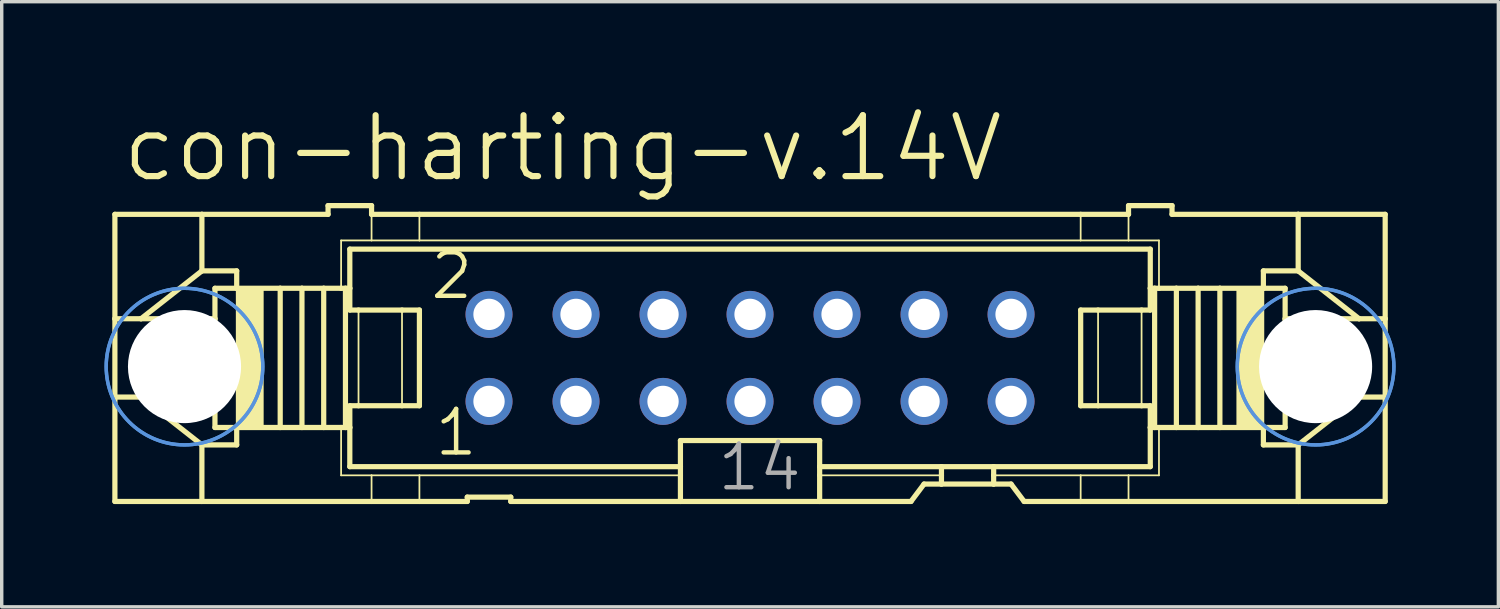
<source format=kicad_pcb>
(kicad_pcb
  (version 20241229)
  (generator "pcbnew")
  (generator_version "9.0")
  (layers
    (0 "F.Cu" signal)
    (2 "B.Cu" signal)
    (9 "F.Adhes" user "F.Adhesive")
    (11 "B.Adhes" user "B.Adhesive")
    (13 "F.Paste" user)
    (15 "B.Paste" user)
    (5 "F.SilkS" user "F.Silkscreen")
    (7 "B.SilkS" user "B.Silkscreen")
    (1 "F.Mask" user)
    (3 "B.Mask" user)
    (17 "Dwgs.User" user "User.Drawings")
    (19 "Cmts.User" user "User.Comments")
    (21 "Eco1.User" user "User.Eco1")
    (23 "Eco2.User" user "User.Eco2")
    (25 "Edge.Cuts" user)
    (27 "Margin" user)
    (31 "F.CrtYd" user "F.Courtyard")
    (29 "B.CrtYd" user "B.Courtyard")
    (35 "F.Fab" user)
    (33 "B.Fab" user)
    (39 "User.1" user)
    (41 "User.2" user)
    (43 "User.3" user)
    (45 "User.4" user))
  (footprint "con-harting-v.14V"
    (layer "F.Cu")
    (at 18.846 7.398)
    (property "Reference" "con-harting-v.14V" (at -18.415 -5.08 0) (layer "F.SilkS") (effects (font (size 1.778 1.778) (thickness 0.18)) (justify left bottom)))
    (attr through_hole)
    (fp_line (start -18.542 -4.191) (end -18.542 -1.143) (stroke (width 0.152) (type default)) (layer "F.SilkS"))
    (fp_line (start -18.542 -4.191) (end -16.002 -4.191) (stroke (width 0.152) (type default)) (layer "F.SilkS"))
    (fp_line (start -18.542 -1.143) (end -18.542 1.143) (stroke (width 0.152) (type default)) (layer "F.SilkS"))
    (fp_line (start -18.542 -1.143) (end -17.78 -1.143) (stroke (width 0.152) (type default)) (layer "F.SilkS"))
    (fp_line (start -18.542 1.143) (end -18.542 4.191) (stroke (width 0.152) (type default)) (layer "F.SilkS"))
    (fp_line (start -18.542 1.143) (end -17.78 1.143) (stroke (width 0.152) (type default)) (layer "F.SilkS"))
    (fp_line (start -17.78 -1.143) (end -15.621 -1.143) (stroke (width 0.152) (type default)) (layer "F.SilkS"))
    (fp_line (start -17.78 1.143) (end -15.621 1.143) (stroke (width 0.152) (type default)) (layer "F.SilkS"))
    (fp_line (start -16.002 -4.191) (end -16.002 -2.54) (stroke (width 0.152) (type default)) (layer "F.SilkS"))
    (fp_line (start -16.002 -2.54) (end -17.78 -1.143) (stroke (width 0.152) (type default)) (layer "F.SilkS"))
    (fp_line (start -16.002 2.54) (end -17.78 1.143) (stroke (width 0.152) (type default)) (layer "F.SilkS"))
    (fp_line (start -16.002 2.54) (end -16.002 4.191) (stroke (width 0.152) (type default)) (layer "F.SilkS"))
    (fp_line (start -16.002 4.191) (end -18.542 4.191) (stroke (width 0.152) (type default)) (layer "F.SilkS"))
    (fp_line (start -15.621 -1.143) (end -15.621 -2.032) (stroke (width 0.152) (type default)) (layer "F.SilkS"))
    (fp_line (start -15.621 1.143) (end -15.621 -1.143) (stroke (width 0.152) (type default)) (layer "F.SilkS"))
    (fp_line (start -15.621 2.032) (end -15.621 1.143) (stroke (width 0.152) (type default)) (layer "F.SilkS"))
    (fp_line (start -14.986 -2.54) (end -16.002 -2.54) (stroke (width 0.152) (type default)) (layer "F.SilkS"))
    (fp_line (start -14.986 -2.54) (end -14.986 -2.032) (stroke (width 0.152) (type default)) (layer "F.SilkS"))
    (fp_line (start -14.986 -2.032) (end -15.621 -2.032) (stroke (width 0.152) (type default)) (layer "F.SilkS"))
    (fp_line (start -14.986 2.032) (end -15.621 2.032) (stroke (width 0.152) (type default)) (layer "F.SilkS"))
    (fp_line (start -14.986 2.032) (end -14.986 2.54) (stroke (width 0.152) (type default)) (layer "F.SilkS"))
    (fp_line (start -14.986 2.54) (end -16.002 2.54) (stroke (width 0.152) (type default)) (layer "F.SilkS"))
    (fp_line (start -13.716 -2.032) (end -14.986 -2.032) (stroke (width 0.152) (type default)) (layer "F.SilkS"))
    (fp_line (start -13.716 2.032) (end -14.986 2.032) (stroke (width 0.152) (type default)) (layer "F.SilkS"))
    (fp_line (start -13.716 2.032) (end -13.716 -2.032) (stroke (width 0.152) (type default)) (layer "F.SilkS"))
    (fp_line (start -13.081 -2.032) (end -13.716 -2.032) (stroke (width 0.152) (type default)) (layer "F.SilkS"))
    (fp_line (start -13.081 2.032) (end -13.716 2.032) (stroke (width 0.152) (type default)) (layer "F.SilkS"))
    (fp_line (start -13.081 2.032) (end -13.081 -2.032) (stroke (width 0.152) (type default)) (layer "F.SilkS"))
    (fp_line (start -12.446 -2.032) (end -13.081 -2.032) (stroke (width 0.152) (type default)) (layer "F.SilkS"))
    (fp_line (start -12.446 2.032) (end -13.081 2.032) (stroke (width 0.152) (type default)) (layer "F.SilkS"))
    (fp_line (start -12.446 2.032) (end -12.446 -2.032) (stroke (width 0.152) (type default)) (layer "F.SilkS"))
    (fp_line (start -12.319 -4.445) (end -12.319 -4.191) (stroke (width 0.152) (type default)) (layer "F.SilkS"))
    (fp_line (start -12.319 -4.445) (end -11.049 -4.445) (stroke (width 0.152) (type default)) (layer "F.SilkS"))
    (fp_line (start -12.319 -4.191) (end -16.002 -4.191) (stroke (width 0.152) (type default)) (layer "F.SilkS"))
    (fp_line (start -11.938 -3.429) (end -11.938 -2.032) (stroke (width 0.051) (type default)) (layer "F.SilkS"))
    (fp_line (start -11.938 -2.032) (end -12.446 -2.032) (stroke (width 0.152) (type default)) (layer "F.SilkS"))
    (fp_line (start -11.938 2.032) (end -12.446 2.032) (stroke (width 0.152) (type default)) (layer "F.SilkS"))
    (fp_line (start -11.938 3.429) (end -11.938 2.032) (stroke (width 0.051) (type default)) (layer "F.SilkS"))
    (fp_line (start -11.811 -2.032) (end -11.938 -2.032) (stroke (width 0.152) (type default)) (layer "F.SilkS"))
    (fp_line (start -11.811 2.032) (end -11.938 2.032) (stroke (width 0.152) (type default)) (layer "F.SilkS"))
    (fp_line (start -11.811 2.032) (end -11.811 -2.032) (stroke (width 0.152) (type default)) (layer "F.SilkS"))
    (fp_line (start -11.684 -3.175) (end 11.684 -3.175) (stroke (width 0.152) (type default)) (layer "F.SilkS"))
    (fp_line (start -11.684 -2.032) (end -11.811 -2.032) (stroke (width 0.152) (type default)) (layer "F.SilkS"))
    (fp_line (start -11.684 -2.032) (end -11.684 -3.175) (stroke (width 0.152) (type default)) (layer "F.SilkS"))
    (fp_line (start -11.684 -1.397) (end -11.684 -2.032) (stroke (width 0.152) (type default)) (layer "F.SilkS"))
    (fp_line (start -11.684 -1.397) (end -11.43 -1.397) (stroke (width 0.152) (type default)) (layer "F.SilkS"))
    (fp_line (start -11.684 2.032) (end -11.811 2.032) (stroke (width 0.152) (type default)) (layer "F.SilkS"))
    (fp_line (start -11.684 2.032) (end -11.684 1.397) (stroke (width 0.152) (type default)) (layer "F.SilkS"))
    (fp_line (start -11.684 3.175) (end -11.684 2.032) (stroke (width 0.152) (type default)) (layer "F.SilkS"))
    (fp_line (start -11.43 -1.397) (end -10.16 -1.397) (stroke (width 0.152) (type default)) (layer "F.SilkS"))
    (fp_line (start -11.43 1.397) (end -11.684 1.397) (stroke (width 0.152) (type default)) (layer "F.SilkS"))
    (fp_line (start -11.43 1.397) (end -11.43 -1.397) (stroke (width 0.051) (type default)) (layer "F.SilkS"))
    (fp_line (start -11.049 -4.445) (end -11.049 -4.191) (stroke (width 0.152) (type default)) (layer "F.SilkS"))
    (fp_line (start -11.049 -3.429) (end -11.938 -3.429) (stroke (width 0.051) (type default)) (layer "F.SilkS"))
    (fp_line (start -11.049 -3.429) (end -11.049 -4.191) (stroke (width 0.051) (type default)) (layer "F.SilkS"))
    (fp_line (start -11.049 -3.429) (end -9.652 -3.429) (stroke (width 0.051) (type default)) (layer "F.SilkS"))
    (fp_line (start -11.049 3.429) (end -11.938 3.429) (stroke (width 0.051) (type default)) (layer "F.SilkS"))
    (fp_line (start -11.049 4.191) (end -16.002 4.191) (stroke (width 0.152) (type default)) (layer "F.SilkS"))
    (fp_line (start -11.049 4.191) (end -11.049 3.429) (stroke (width 0.051) (type default)) (layer "F.SilkS"))
    (fp_line (start -10.16 -1.397) (end -9.652 -1.397) (stroke (width 0.152) (type default)) (layer "F.SilkS"))
    (fp_line (start -10.16 1.397) (end -11.43 1.397) (stroke (width 0.152) (type default)) (layer "F.SilkS"))
    (fp_line (start -10.16 1.397) (end -10.16 -1.397) (stroke (width 0.051) (type default)) (layer "F.SilkS"))
    (fp_line (start -9.652 -4.191) (end -11.049 -4.191) (stroke (width 0.152) (type default)) (layer "F.SilkS"))
    (fp_line (start -9.652 -4.191) (end 9.652 -4.191) (stroke (width 0.152) (type default)) (layer "F.SilkS"))
    (fp_line (start -9.652 -3.429) (end -9.652 -4.191) (stroke (width 0.051) (type default)) (layer "F.SilkS"))
    (fp_line (start -9.652 -3.429) (end 9.652 -3.429) (stroke (width 0.051) (type default)) (layer "F.SilkS"))
    (fp_line (start -9.652 1.397) (end -10.16 1.397) (stroke (width 0.152) (type default)) (layer "F.SilkS"))
    (fp_line (start -9.652 1.397) (end -9.652 -1.397) (stroke (width 0.152) (type default)) (layer "F.SilkS"))
    (fp_line (start -9.652 3.429) (end -11.049 3.429) (stroke (width 0.051) (type default)) (layer "F.SilkS"))
    (fp_line (start -9.652 4.191) (end -11.049 4.191) (stroke (width 0.152) (type default)) (layer "F.SilkS"))
    (fp_line (start -9.652 4.191) (end -9.652 3.429) (stroke (width 0.051) (type default)) (layer "F.SilkS"))
    (fp_line (start -8.255 4.191) (end -9.652 4.191) (stroke (width 0.152) (type default)) (layer "F.SilkS"))
    (fp_line (start -8.255 4.191) (end -8.255 4.064) (stroke (width 0.152) (type default)) (layer "F.SilkS"))
    (fp_line (start -6.985 4.064) (end -8.255 4.064) (stroke (width 0.152) (type default)) (layer "F.SilkS"))
    (fp_line (start -6.985 4.064) (end -6.985 4.191) (stroke (width 0.152) (type default)) (layer "F.SilkS"))
    (fp_line (start -2.032 3.175) (end -11.684 3.175) (stroke (width 0.152) (type default)) (layer "F.SilkS"))
    (fp_line (start -2.032 3.175) (end -2.032 2.413) (stroke (width 0.152) (type default)) (layer "F.SilkS"))
    (fp_line (start -2.032 3.175) (end -2.032 3.429) (stroke (width 0.152) (type default)) (layer "F.SilkS"))
    (fp_line (start -2.032 3.429) (end -9.652 3.429) (stroke (width 0.051) (type default)) (layer "F.SilkS"))
    (fp_line (start -2.032 3.429) (end -2.032 4.191) (stroke (width 0.152) (type default)) (layer "F.SilkS"))
    (fp_line (start -2.032 4.191) (end -6.985 4.191) (stroke (width 0.152) (type default)) (layer "F.SilkS"))
    (fp_line (start 2.032 2.413) (end -2.032 2.413) (stroke (width 0.152) (type default)) (layer "F.SilkS"))
    (fp_line (start 2.032 2.413) (end 2.032 3.175) (stroke (width 0.152) (type default)) (layer "F.SilkS"))
    (fp_line (start 2.032 3.175) (end 2.032 3.429) (stroke (width 0.152) (type default)) (layer "F.SilkS"))
    (fp_line (start 2.032 3.429) (end 2.032 4.191) (stroke (width 0.152) (type default)) (layer "F.SilkS"))
    (fp_line (start 2.032 4.191) (end -2.032 4.191) (stroke (width 0.152) (type default)) (layer "F.SilkS"))
    (fp_line (start 4.699 4.191) (end 2.032 4.191) (stroke (width 0.152) (type default)) (layer "F.SilkS"))
    (fp_line (start 4.699 4.191) (end 5.08 3.683) (stroke (width 0.152) (type default)) (layer "F.SilkS"))
    (fp_line (start 5.588 3.175) (end 2.032 3.175) (stroke (width 0.152) (type default)) (layer "F.SilkS"))
    (fp_line (start 5.588 3.175) (end 5.588 3.429) (stroke (width 0.152) (type default)) (layer "F.SilkS"))
    (fp_line (start 5.588 3.429) (end 2.032 3.429) (stroke (width 0.051) (type default)) (layer "F.SilkS"))
    (fp_line (start 5.588 3.429) (end 5.588 3.683) (stroke (width 0.152) (type default)) (layer "F.SilkS"))
    (fp_line (start 5.588 3.683) (end 5.08 3.683) (stroke (width 0.152) (type default)) (layer "F.SilkS"))
    (fp_line (start 7.112 3.175) (end 5.588 3.175) (stroke (width 0.152) (type default)) (layer "F.SilkS"))
    (fp_line (start 7.112 3.175) (end 7.112 3.429) (stroke (width 0.152) (type default)) (layer "F.SilkS"))
    (fp_line (start 7.112 3.429) (end 7.112 3.683) (stroke (width 0.152) (type default)) (layer "F.SilkS"))
    (fp_line (start 7.112 3.429) (end 9.652 3.429) (stroke (width 0.051) (type default)) (layer "F.SilkS"))
    (fp_line (start 7.112 3.683) (end 5.588 3.683) (stroke (width 0.152) (type default)) (layer "F.SilkS"))
    (fp_line (start 7.62 3.683) (end 7.112 3.683) (stroke (width 0.152) (type default)) (layer "F.SilkS"))
    (fp_line (start 7.62 3.683) (end 8.001 4.191) (stroke (width 0.152) (type default)) (layer "F.SilkS"))
    (fp_line (start 9.652 -4.191) (end 9.652 -3.429) (stroke (width 0.051) (type default)) (layer "F.SilkS"))
    (fp_line (start 9.652 -4.191) (end 11.049 -4.191) (stroke (width 0.152) (type default)) (layer "F.SilkS"))
    (fp_line (start 9.652 -1.397) (end 9.652 1.397) (stroke (width 0.152) (type default)) (layer "F.SilkS"))
    (fp_line (start 9.652 -1.397) (end 10.16 -1.397) (stroke (width 0.152) (type default)) (layer "F.SilkS"))
    (fp_line (start 9.652 3.429) (end 9.652 4.191) (stroke (width 0.051) (type default)) (layer "F.SilkS"))
    (fp_line (start 9.652 3.429) (end 11.049 3.429) (stroke (width 0.051) (type default)) (layer "F.SilkS"))
    (fp_line (start 9.652 4.191) (end 8.001 4.191) (stroke (width 0.152) (type default)) (layer "F.SilkS"))
    (fp_line (start 10.16 -1.397) (end 10.16 1.397) (stroke (width 0.051) (type default)) (layer "F.SilkS"))
    (fp_line (start 10.16 -1.397) (end 11.43 -1.397) (stroke (width 0.152) (type default)) (layer "F.SilkS"))
    (fp_line (start 10.16 1.397) (end 9.652 1.397) (stroke (width 0.152) (type default)) (layer "F.SilkS"))
    (fp_line (start 11.049 -4.191) (end 11.049 -4.445) (stroke (width 0.152) (type default)) (layer "F.SilkS"))
    (fp_line (start 11.049 -4.191) (end 11.049 -3.429) (stroke (width 0.051) (type default)) (layer "F.SilkS"))
    (fp_line (start 11.049 -3.429) (end 9.652 -3.429) (stroke (width 0.051) (type default)) (layer "F.SilkS"))
    (fp_line (start 11.049 -3.429) (end 11.938 -3.429) (stroke (width 0.051) (type default)) (layer "F.SilkS"))
    (fp_line (start 11.049 3.429) (end 11.049 4.191) (stroke (width 0.051) (type default)) (layer "F.SilkS"))
    (fp_line (start 11.049 3.429) (end 11.938 3.429) (stroke (width 0.051) (type default)) (layer "F.SilkS"))
    (fp_line (start 11.049 4.191) (end 9.652 4.191) (stroke (width 0.152) (type default)) (layer "F.SilkS"))
    (fp_line (start 11.43 -1.397) (end 11.43 1.397) (stroke (width 0.051) (type default)) (layer "F.SilkS"))
    (fp_line (start 11.43 -1.397) (end 11.684 -1.397) (stroke (width 0.152) (type default)) (layer "F.SilkS"))
    (fp_line (start 11.43 1.397) (end 10.16 1.397) (stroke (width 0.152) (type default)) (layer "F.SilkS"))
    (fp_line (start 11.684 -3.175) (end 11.684 -2.032) (stroke (width 0.152) (type default)) (layer "F.SilkS"))
    (fp_line (start 11.684 -2.032) (end 11.684 -1.397) (stroke (width 0.152) (type default)) (layer "F.SilkS"))
    (fp_line (start 11.684 -2.032) (end 11.811 -2.032) (stroke (width 0.152) (type default)) (layer "F.SilkS"))
    (fp_line (start 11.684 1.397) (end 11.43 1.397) (stroke (width 0.152) (type default)) (layer "F.SilkS"))
    (fp_line (start 11.684 1.397) (end 11.684 2.032) (stroke (width 0.152) (type default)) (layer "F.SilkS"))
    (fp_line (start 11.684 2.032) (end 11.684 3.175) (stroke (width 0.152) (type default)) (layer "F.SilkS"))
    (fp_line (start 11.684 2.032) (end 11.811 2.032) (stroke (width 0.152) (type default)) (layer "F.SilkS"))
    (fp_line (start 11.684 3.175) (end 7.112 3.175) (stroke (width 0.152) (type default)) (layer "F.SilkS"))
    (fp_line (start 11.811 -2.032) (end 11.811 2.032) (stroke (width 0.152) (type default)) (layer "F.SilkS"))
    (fp_line (start 11.811 -2.032) (end 11.938 -2.032) (stroke (width 0.152) (type default)) (layer "F.SilkS"))
    (fp_line (start 11.811 2.032) (end 11.938 2.032) (stroke (width 0.152) (type default)) (layer "F.SilkS"))
    (fp_line (start 11.938 -3.429) (end 11.938 -2.032) (stroke (width 0.051) (type default)) (layer "F.SilkS"))
    (fp_line (start 11.938 -2.032) (end 12.446 -2.032) (stroke (width 0.152) (type default)) (layer "F.SilkS"))
    (fp_line (start 11.938 2.032) (end 12.446 2.032) (stroke (width 0.152) (type default)) (layer "F.SilkS"))
    (fp_line (start 11.938 3.429) (end 11.938 2.032) (stroke (width 0.051) (type default)) (layer "F.SilkS"))
    (fp_line (start 12.319 -4.445) (end 11.049 -4.445) (stroke (width 0.152) (type default)) (layer "F.SilkS"))
    (fp_line (start 12.319 -4.191) (end 12.319 -4.445) (stroke (width 0.152) (type default)) (layer "F.SilkS"))
    (fp_line (start 12.319 -4.191) (end 16.002 -4.191) (stroke (width 0.152) (type default)) (layer "F.SilkS"))
    (fp_line (start 12.446 -2.032) (end 12.446 2.032) (stroke (width 0.152) (type default)) (layer "F.SilkS"))
    (fp_line (start 12.446 -2.032) (end 13.081 -2.032) (stroke (width 0.152) (type default)) (layer "F.SilkS"))
    (fp_line (start 12.446 2.032) (end 13.081 2.032) (stroke (width 0.152) (type default)) (layer "F.SilkS"))
    (fp_line (start 13.081 -2.032) (end 13.081 2.032) (stroke (width 0.152) (type default)) (layer "F.SilkS"))
    (fp_line (start 13.081 -2.032) (end 13.716 -2.032) (stroke (width 0.152) (type default)) (layer "F.SilkS"))
    (fp_line (start 13.081 2.032) (end 13.716 2.032) (stroke (width 0.152) (type default)) (layer "F.SilkS"))
    (fp_line (start 13.716 -2.032) (end 13.716 2.032) (stroke (width 0.152) (type default)) (layer "F.SilkS"))
    (fp_line (start 13.716 -2.032) (end 14.986 -2.032) (stroke (width 0.152) (type default)) (layer "F.SilkS"))
    (fp_line (start 13.716 2.032) (end 14.986 2.032) (stroke (width 0.152) (type default)) (layer "F.SilkS"))
    (fp_line (start 14.986 -2.54) (end 16.002 -2.54) (stroke (width 0.152) (type default)) (layer "F.SilkS"))
    (fp_line (start 14.986 -2.032) (end 14.986 -2.54) (stroke (width 0.152) (type default)) (layer "F.SilkS"))
    (fp_line (start 14.986 -2.032) (end 15.621 -2.032) (stroke (width 0.152) (type default)) (layer "F.SilkS"))
    (fp_line (start 14.986 2.032) (end 15.621 2.032) (stroke (width 0.152) (type default)) (layer "F.SilkS"))
    (fp_line (start 14.986 2.54) (end 14.986 2.032) (stroke (width 0.152) (type default)) (layer "F.SilkS"))
    (fp_line (start 14.986 2.54) (end 16.002 2.54) (stroke (width 0.152) (type default)) (layer "F.SilkS"))
    (fp_line (start 15.621 -2.032) (end 15.621 -1.143) (stroke (width 0.152) (type default)) (layer "F.SilkS"))
    (fp_line (start 15.621 -1.143) (end 15.621 1.143) (stroke (width 0.152) (type default)) (layer "F.SilkS"))
    (fp_line (start 15.621 1.143) (end 15.621 2.032) (stroke (width 0.152) (type default)) (layer "F.SilkS"))
    (fp_line (start 16.002 -4.191) (end 18.542 -4.191) (stroke (width 0.152) (type default)) (layer "F.SilkS"))
    (fp_line (start 16.002 -2.54) (end 16.002 -4.191) (stroke (width 0.152) (type default)) (layer "F.SilkS"))
    (fp_line (start 16.002 -2.54) (end 17.78 -1.143) (stroke (width 0.152) (type default)) (layer "F.SilkS"))
    (fp_line (start 16.002 2.54) (end 17.78 1.143) (stroke (width 0.152) (type default)) (layer "F.SilkS"))
    (fp_line (start 16.002 4.191) (end 11.049 4.191) (stroke (width 0.152) (type default)) (layer "F.SilkS"))
    (fp_line (start 16.002 4.191) (end 16.002 2.54) (stroke (width 0.152) (type default)) (layer "F.SilkS"))
    (fp_line (start 17.78 -1.143) (end 15.621 -1.143) (stroke (width 0.152) (type default)) (layer "F.SilkS"))
    (fp_line (start 17.78 1.143) (end 15.621 1.143) (stroke (width 0.152) (type default)) (layer "F.SilkS"))
    (fp_line (start 18.542 -1.143) (end 17.78 -1.143) (stroke (width 0.152) (type default)) (layer "F.SilkS"))
    (fp_line (start 18.542 -1.143) (end 18.542 -4.191) (stroke (width 0.152) (type default)) (layer "F.SilkS"))
    (fp_line (start 18.542 1.143) (end 17.78 1.143) (stroke (width 0.152) (type default)) (layer "F.SilkS"))
    (fp_line (start 18.542 1.143) (end 18.542 -1.143) (stroke (width 0.152) (type default)) (layer "F.SilkS"))
    (fp_line (start 18.542 4.191) (end 16.002 4.191) (stroke (width 0.152) (type default)) (layer "F.SilkS"))
    (fp_line (start 18.542 4.191) (end 18.542 1.143) (stroke (width 0.152) (type default)) (layer "F.SilkS"))
    (fp_rect (start -14.986 2.032) (end -14.224 -2.032) (stroke (width 0.05) (type default)) (fill yes) (layer "F.SilkS"))
    (fp_rect (start 14.224 2.032) (end 14.986 -2.032) (stroke (width 0.05) (type default)) (fill yes) (layer "F.SilkS"))
    (fp_circle (center -16.51 0.254) (end -14.224 0.254) (stroke (width 0.1) (type default)) (fill no) (layer "Cmts.User"))
    (fp_circle (center -16.51 0.254) (end -14.224 0.254) (stroke (width 0.1) (type default)) (fill no) (layer "Cmts.User"))
    (fp_circle (center 16.51 0.254) (end 18.796 0.254) (stroke (width 0.1) (type default)) (fill no) (layer "Cmts.User"))
    (fp_circle (center 16.51 0.254) (end 18.796 0.254) (stroke (width 0.1) (type default)) (fill no) (layer "Cmts.User"))
    (fp_rect (start -17.78 0.381) (end -16.002 -0.381) (stroke (width 0.05) (type default)) (fill no) (layer "F.Fab"))
    (fp_rect (start -7.874 -1.016) (end -7.366 -1.524) (stroke (width 0.05) (type default)) (fill no) (layer "F.Fab"))
    (fp_rect (start -7.874 1.524) (end -7.366 1.016) (stroke (width 0.05) (type default)) (fill no) (layer "F.Fab"))
    (fp_rect (start -5.334 -1.016) (end -4.826 -1.524) (stroke (width 0.05) (type default)) (fill no) (layer "F.Fab"))
    (fp_rect (start -5.334 1.524) (end -4.826 1.016) (stroke (width 0.05) (type default)) (fill no) (layer "F.Fab"))
    (fp_rect (start -2.794 -1.016) (end -2.286 -1.524) (stroke (width 0.05) (type default)) (fill no) (layer "F.Fab"))
    (fp_rect (start -2.794 1.524) (end -2.286 1.016) (stroke (width 0.05) (type default)) (fill no) (layer "F.Fab"))
    (fp_rect (start -0.254 -1.016) (end 0.254 -1.524) (stroke (width 0.05) (type default)) (fill no) (layer "F.Fab"))
    (fp_rect (start -0.254 1.524) (end 0.254 1.016) (stroke (width 0.05) (type default)) (fill no) (layer "F.Fab"))
    (fp_rect (start 2.286 -1.016) (end 2.794 -1.524) (stroke (width 0.05) (type default)) (fill no) (layer "F.Fab"))
    (fp_rect (start 2.286 1.524) (end 2.794 1.016) (stroke (width 0.05) (type default)) (fill no) (layer "F.Fab"))
    (fp_rect (start 4.826 -1.016) (end 5.334 -1.524) (stroke (width 0.05) (type default)) (fill no) (layer "F.Fab"))
    (fp_rect (start 4.826 1.524) (end 5.334 1.016) (stroke (width 0.05) (type default)) (fill no) (layer "F.Fab"))
    (fp_rect (start 7.366 -1.016) (end 7.874 -1.524) (stroke (width 0.05) (type default)) (fill no) (layer "F.Fab"))
    (fp_rect (start 7.366 1.524) (end 7.874 1.016) (stroke (width 0.05) (type default)) (fill no) (layer "F.Fab"))
    (fp_rect (start 16.002 0.381) (end 17.78 -0.381) (stroke (width 0.05) (type default)) (fill no) (layer "F.Fab"))
    (fp_text user "1" (at -9.271 2.921 0) (layer "F.SilkS") (effects (font (size 1.27 1.27) (thickness 0.13)) (justify left bottom)))
    (fp_text user "2" (at -9.398 -1.651 0) (layer "F.SilkS") (effects (font (size 1.27 1.27) (thickness 0.13)) (justify left bottom)))
    (fp_text user "14" (at -1.016 3.937 0) (layer "F.Fab") (effects (font (size 1.27 1.27) (thickness 0.13)) (justify left bottom)))
    (pad "" np_thru_hole circle (at -16.51 0.254) (size 3.302 3.302) (drill 3.302) (layers "*.Cu" "*.Mask"))
    (pad "" np_thru_hole circle (at 16.51 0.254) (size 3.302 3.302) (drill 3.302) (layers "*.Cu" "*.Mask"))
    (pad "1" thru_hole circle (at -7.62 1.27) (size 1.372 1.372) (drill 0.914) (layers "*.Cu" "*.Mask"))
    (pad "2" thru_hole circle (at -7.62 -1.27) (size 1.372 1.372) (drill 0.914) (layers "*.Cu" "*.Mask"))
    (pad "3" thru_hole circle (at -5.08 1.27) (size 1.372 1.372) (drill 0.914) (layers "*.Cu" "*.Mask"))
    (pad "4" thru_hole circle (at -5.08 -1.27) (size 1.372 1.372) (drill 0.914) (layers "*.Cu" "*.Mask"))
    (pad "5" thru_hole circle (at -2.54 1.27) (size 1.372 1.372) (drill 0.914) (layers "*.Cu" "*.Mask"))
    (pad "6" thru_hole circle (at -2.54 -1.27) (size 1.372 1.372) (drill 0.914) (layers "*.Cu" "*.Mask"))
    (pad "7" thru_hole circle (at 0 1.27) (size 1.372 1.372) (drill 0.914) (layers "*.Cu" "*.Mask"))
    (pad "8" thru_hole circle (at 0 -1.27) (size 1.372 1.372) (drill 0.914) (layers "*.Cu" "*.Mask"))
    (pad "9" thru_hole circle (at 2.54 1.27) (size 1.372 1.372) (drill 0.914) (layers "*.Cu" "*.Mask"))
    (pad "10" thru_hole circle (at 2.54 -1.27) (size 1.372 1.372) (drill 0.914) (layers "*.Cu" "*.Mask"))
    (pad "11" thru_hole circle (at 5.08 1.27) (size 1.372 1.372) (drill 0.914) (layers "*.Cu" "*.Mask"))
    (pad "12" thru_hole circle (at 5.08 -1.27) (size 1.372 1.372) (drill 0.914) (layers "*.Cu" "*.Mask"))
    (pad "13" thru_hole circle (at 7.62 1.27) (size 1.372 1.372) (drill 0.914) (layers "*.Cu" "*.Mask"))
    (pad "14" thru_hole circle (at 7.62 -1.27) (size 1.372 1.372) (drill 0.914) (layers "*.Cu" "*.Mask")))
  (gr_rect
    (start -3 -3)
    (end 40.692 14.665)
    (stroke (width 0.1) (type default))
    (fill no)
    (layer "Edge.Cuts")))
</source>
